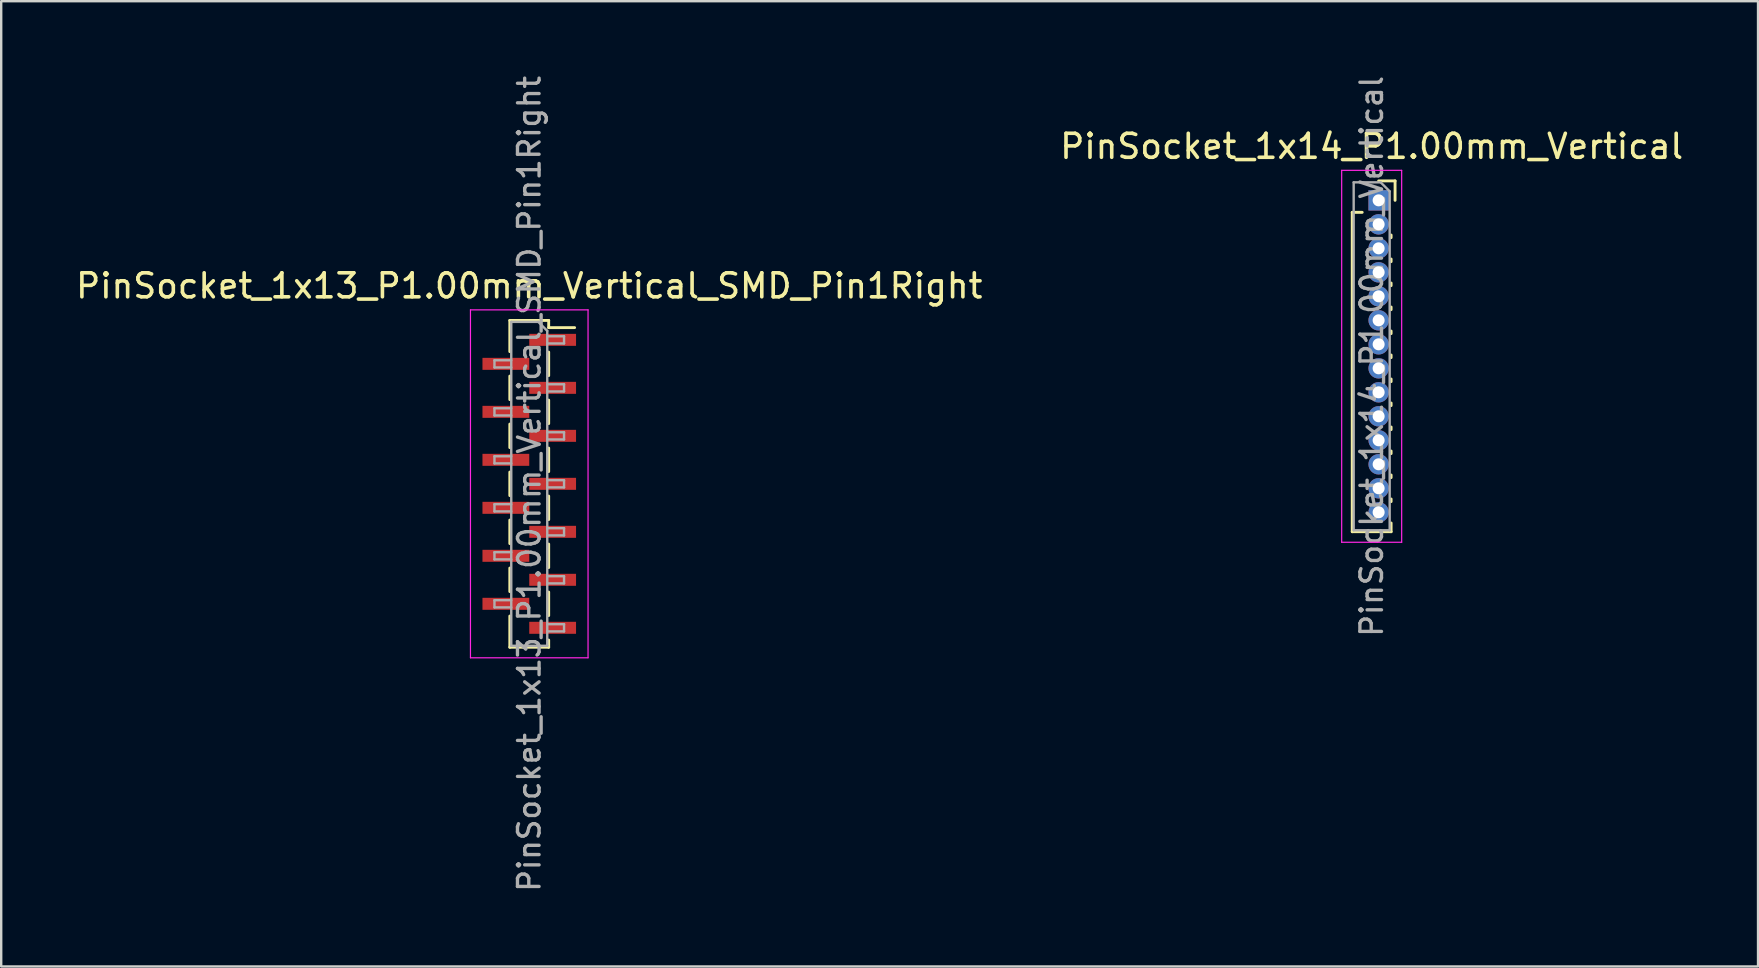
<source format=kicad_pcb>
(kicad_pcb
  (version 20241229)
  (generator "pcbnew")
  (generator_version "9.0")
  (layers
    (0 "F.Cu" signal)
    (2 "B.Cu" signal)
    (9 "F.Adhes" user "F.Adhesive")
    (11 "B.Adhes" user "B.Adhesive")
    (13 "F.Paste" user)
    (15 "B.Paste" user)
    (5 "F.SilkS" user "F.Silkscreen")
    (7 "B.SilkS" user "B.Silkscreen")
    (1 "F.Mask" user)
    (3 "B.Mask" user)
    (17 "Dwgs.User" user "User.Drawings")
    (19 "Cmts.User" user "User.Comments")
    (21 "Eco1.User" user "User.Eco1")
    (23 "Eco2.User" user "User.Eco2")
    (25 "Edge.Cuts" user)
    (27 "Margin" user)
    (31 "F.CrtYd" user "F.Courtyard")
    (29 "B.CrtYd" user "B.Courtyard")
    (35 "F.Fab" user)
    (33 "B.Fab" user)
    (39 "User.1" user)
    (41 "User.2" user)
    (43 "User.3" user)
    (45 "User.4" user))
  (footprint "PinSocket_1x14_P1.00mm_Vertical"
    (layer "F.Cu")
    (at 54.403 5.299)
    (property "Reference" "PinSocket_1x14_P1.00mm_Vertical" (at -0.29 -2.25 0) (layer "F.SilkS") (effects (font (size 1 1) (thickness 0.15))))
    (attr through_hole)
    (fp_line (start -1.1 0.5) (end -1.1 13.81) (stroke (width 0.12) (type solid)) (layer "F.SilkS"))
    (fp_line (start -1.1 0.5) (end -0.685 0.5) (stroke (width 0.12) (type solid)) (layer "F.SilkS"))
    (fp_line (start -1.1 13.81) (end 0.52 13.81) (stroke (width 0.12) (type solid)) (layer "F.SilkS"))
    (fp_line (start 0 -0.81) (end 0.685 -0.81) (stroke (width 0.12) (type solid)) (layer "F.SilkS"))
    (fp_line (start 0.52 1.446) (end 0.52 1.554) (stroke (width 0.12) (type solid)) (layer "F.SilkS"))
    (fp_line (start 0.52 2.446) (end 0.52 2.554) (stroke (width 0.12) (type solid)) (layer "F.SilkS"))
    (fp_line (start 0.52 3.446) (end 0.52 3.554) (stroke (width 0.12) (type solid)) (layer "F.SilkS"))
    (fp_line (start 0.52 4.446) (end 0.52 4.554) (stroke (width 0.12) (type solid)) (layer "F.SilkS"))
    (fp_line (start 0.52 5.446) (end 0.52 5.554) (stroke (width 0.12) (type solid)) (layer "F.SilkS"))
    (fp_line (start 0.52 6.446) (end 0.52 6.554) (stroke (width 0.12) (type solid)) (layer "F.SilkS"))
    (fp_line (start 0.52 7.446) (end 0.52 7.554) (stroke (width 0.12) (type solid)) (layer "F.SilkS"))
    (fp_line (start 0.52 8.446) (end 0.52 8.554) (stroke (width 0.12) (type solid)) (layer "F.SilkS"))
    (fp_line (start 0.52 9.446) (end 0.52 9.554) (stroke (width 0.12) (type solid)) (layer "F.SilkS"))
    (fp_line (start 0.52 10.446) (end 0.52 10.554) (stroke (width 0.12) (type solid)) (layer "F.SilkS"))
    (fp_line (start 0.52 11.446) (end 0.52 11.554) (stroke (width 0.12) (type solid)) (layer "F.SilkS"))
    (fp_line (start 0.52 12.446) (end 0.52 12.554) (stroke (width 0.12) (type solid)) (layer "F.SilkS"))
    (fp_line (start 0.52 13.446) (end 0.52 13.81) (stroke (width 0.12) (type solid)) (layer "F.SilkS"))
    (fp_line (start 0.685 -0.81) (end 0.685 0) (stroke (width 0.12) (type solid)) (layer "F.SilkS"))
    (fp_line (start -1.54 -1.25) (end 0.96 -1.25) (stroke (width 0.05) (type solid)) (layer "F.CrtYd"))
    (fp_line (start -1.54 14.25) (end -1.54 -1.25) (stroke (width 0.05) (type solid)) (layer "F.CrtYd"))
    (fp_line (start 0.96 -1.25) (end 0.96 14.25) (stroke (width 0.05) (type solid)) (layer "F.CrtYd"))
    (fp_line (start 0.96 14.25) (end -1.54 14.25) (stroke (width 0.05) (type solid)) (layer "F.CrtYd"))
    (fp_line (start -1.04 -0.75) (end 0.085 -0.75) (stroke (width 0.1) (type solid)) (layer "F.Fab"))
    (fp_line (start -1.04 13.75) (end -1.04 -0.75) (stroke (width 0.1) (type solid)) (layer "F.Fab"))
    (fp_line (start 0.085 -0.75) (end 0.46 -0.375) (stroke (width 0.1) (type solid)) (layer "F.Fab"))
    (fp_line (start 0.46 -0.375) (end 0.46 13.75) (stroke (width 0.1) (type solid)) (layer "F.Fab"))
    (fp_line (start 0.46 13.75) (end -1.04 13.75) (stroke (width 0.1) (type solid)) (layer "F.Fab"))
    (fp_text user "${REFERENCE}" (at -0.29 6.5 90) (layer "F.Fab") (effects (font (size 0.9 0.9) (thickness 0.14))))
    (pad "1" thru_hole rect (at 0 0) (size 0.85 0.85) (drill 0.5) (layers "*.Cu" "*.Mask"))
    (pad "2" thru_hole oval (at 0 1) (size 0.85 0.85) (drill 0.5) (layers "*.Cu" "*.Mask"))
    (pad "3" thru_hole oval (at 0 2) (size 0.85 0.85) (drill 0.5) (layers "*.Cu" "*.Mask"))
    (pad "4" thru_hole oval (at 0 3) (size 0.85 0.85) (drill 0.5) (layers "*.Cu" "*.Mask"))
    (pad "5" thru_hole oval (at 0 4) (size 0.85 0.85) (drill 0.5) (layers "*.Cu" "*.Mask"))
    (pad "6" thru_hole oval (at 0 5) (size 0.85 0.85) (drill 0.5) (layers "*.Cu" "*.Mask"))
    (pad "7" thru_hole oval (at 0 6) (size 0.85 0.85) (drill 0.5) (layers "*.Cu" "*.Mask"))
    (pad "8" thru_hole oval (at 0 7) (size 0.85 0.85) (drill 0.5) (layers "*.Cu" "*.Mask"))
    (pad "9" thru_hole oval (at 0 8) (size 0.85 0.85) (drill 0.5) (layers "*.Cu" "*.Mask"))
    (pad "10" thru_hole oval (at 0 9) (size 0.85 0.85) (drill 0.5) (layers "*.Cu" "*.Mask"))
    (pad "11" thru_hole oval (at 0 10) (size 0.85 0.85) (drill 0.5) (layers "*.Cu" "*.Mask"))
    (pad "12" thru_hole oval (at 0 11) (size 0.85 0.85) (drill 0.5) (layers "*.Cu" "*.Mask"))
    (pad "13" thru_hole oval (at 0 12) (size 0.85 0.85) (drill 0.5) (layers "*.Cu" "*.Mask"))
    (pad "14" thru_hole oval (at 0 13) (size 0.85 0.85) (drill 0.5) (layers "*.Cu" "*.Mask")))
  (footprint "PinSocket_1x13_P1.00mm_Vertical_SMD_Pin1Right"
    (layer "F.Cu")
    (at 19.006 17.113)
    (property "Reference" "PinSocket_1x13_P1.00mm_Vertical_SMD_Pin1Right" (at 0 -8.25 0) (layer "F.SilkS") (effects (font (size 1 1) (thickness 0.15))))
    (attr smd)
    (fp_line (start -0.81 -6.81) (end -0.81 -5.51) (stroke (width 0.12) (type solid)) (layer "F.SilkS"))
    (fp_line (start -0.81 -6.81) (end 0.81 -6.81) (stroke (width 0.12) (type solid)) (layer "F.SilkS"))
    (fp_line (start -0.81 -4.49) (end -0.81 -3.51) (stroke (width 0.12) (type solid)) (layer "F.SilkS"))
    (fp_line (start -0.81 -2.49) (end -0.81 -1.51) (stroke (width 0.12) (type solid)) (layer "F.SilkS"))
    (fp_line (start -0.81 -0.49) (end -0.81 0.49) (stroke (width 0.12) (type solid)) (layer "F.SilkS"))
    (fp_line (start -0.81 1.51) (end -0.81 2.49) (stroke (width 0.12) (type solid)) (layer "F.SilkS"))
    (fp_line (start -0.81 3.51) (end -0.81 4.49) (stroke (width 0.12) (type solid)) (layer "F.SilkS"))
    (fp_line (start -0.81 5.51) (end -0.81 6.81) (stroke (width 0.12) (type solid)) (layer "F.SilkS"))
    (fp_line (start -0.81 6.81) (end 0.81 6.81) (stroke (width 0.12) (type solid)) (layer "F.SilkS"))
    (fp_line (start 0.81 -6.81) (end 0.81 -6.51) (stroke (width 0.12) (type solid)) (layer "F.SilkS"))
    (fp_line (start 0.81 -6.51) (end 1.89 -6.51) (stroke (width 0.12) (type solid)) (layer "F.SilkS"))
    (fp_line (start 0.81 -5.49) (end 0.81 -4.51) (stroke (width 0.12) (type solid)) (layer "F.SilkS"))
    (fp_line (start 0.81 -3.49) (end 0.81 -2.51) (stroke (width 0.12) (type solid)) (layer "F.SilkS"))
    (fp_line (start 0.81 -1.49) (end 0.81 -0.51) (stroke (width 0.12) (type solid)) (layer "F.SilkS"))
    (fp_line (start 0.81 0.51) (end 0.81 1.49) (stroke (width 0.12) (type solid)) (layer "F.SilkS"))
    (fp_line (start 0.81 2.51) (end 0.81 3.49) (stroke (width 0.12) (type solid)) (layer "F.SilkS"))
    (fp_line (start 0.81 4.51) (end 0.81 5.49) (stroke (width 0.12) (type solid)) (layer "F.SilkS"))
    (fp_line (start 0.81 6.51) (end 0.81 6.81) (stroke (width 0.12) (type solid)) (layer "F.SilkS"))
    (fp_line (start -2.45 -7.25) (end 2.45 -7.25) (stroke (width 0.05) (type solid)) (layer "F.CrtYd"))
    (fp_line (start -2.45 7.25) (end -2.45 -7.25) (stroke (width 0.05) (type solid)) (layer "F.CrtYd"))
    (fp_line (start 2.45 -7.25) (end 2.45 7.25) (stroke (width 0.05) (type solid)) (layer "F.CrtYd"))
    (fp_line (start 2.45 7.25) (end -2.45 7.25) (stroke (width 0.05) (type solid)) (layer "F.CrtYd"))
    (fp_line (start -1.45 -5.15) (end -0.75 -5.15) (stroke (width 0.1) (type solid)) (layer "F.Fab"))
    (fp_line (start -1.45 -4.85) (end -1.45 -5.15) (stroke (width 0.1) (type solid)) (layer "F.Fab"))
    (fp_line (start -1.45 -3.15) (end -0.75 -3.15) (stroke (width 0.1) (type solid)) (layer "F.Fab"))
    (fp_line (start -1.45 -2.85) (end -1.45 -3.15) (stroke (width 0.1) (type solid)) (layer "F.Fab"))
    (fp_line (start -1.45 -1.15) (end -0.75 -1.15) (stroke (width 0.1) (type solid)) (layer "F.Fab"))
    (fp_line (start -1.45 -0.85) (end -1.45 -1.15) (stroke (width 0.1) (type solid)) (layer "F.Fab"))
    (fp_line (start -1.45 0.85) (end -0.75 0.85) (stroke (width 0.1) (type solid)) (layer "F.Fab"))
    (fp_line (start -1.45 1.15) (end -1.45 0.85) (stroke (width 0.1) (type solid)) (layer "F.Fab"))
    (fp_line (start -1.45 2.85) (end -0.75 2.85) (stroke (width 0.1) (type solid)) (layer "F.Fab"))
    (fp_line (start -1.45 3.15) (end -1.45 2.85) (stroke (width 0.1) (type solid)) (layer "F.Fab"))
    (fp_line (start -1.45 4.85) (end -0.75 4.85) (stroke (width 0.1) (type solid)) (layer "F.Fab"))
    (fp_line (start -1.45 5.15) (end -1.45 4.85) (stroke (width 0.1) (type solid)) (layer "F.Fab"))
    (fp_line (start -0.75 -6.75) (end 0.375 -6.75) (stroke (width 0.1) (type solid)) (layer "F.Fab"))
    (fp_line (start -0.75 -4.85) (end -1.45 -4.85) (stroke (width 0.1) (type solid)) (layer "F.Fab"))
    (fp_line (start -0.75 -2.85) (end -1.45 -2.85) (stroke (width 0.1) (type solid)) (layer "F.Fab"))
    (fp_line (start -0.75 -0.85) (end -1.45 -0.85) (stroke (width 0.1) (type solid)) (layer "F.Fab"))
    (fp_line (start -0.75 1.15) (end -1.45 1.15) (stroke (width 0.1) (type solid)) (layer "F.Fab"))
    (fp_line (start -0.75 3.15) (end -1.45 3.15) (stroke (width 0.1) (type solid)) (layer "F.Fab"))
    (fp_line (start -0.75 5.15) (end -1.45 5.15) (stroke (width 0.1) (type solid)) (layer "F.Fab"))
    (fp_line (start -0.75 6.75) (end -0.75 -6.75) (stroke (width 0.1) (type solid)) (layer "F.Fab"))
    (fp_line (start 0.375 -6.75) (end 0.75 -6.375) (stroke (width 0.1) (type solid)) (layer "F.Fab"))
    (fp_line (start 0.75 -6.375) (end 0.75 6.75) (stroke (width 0.1) (type solid)) (layer "F.Fab"))
    (fp_line (start 0.75 -6.15) (end 1.45 -6.15) (stroke (width 0.1) (type solid)) (layer "F.Fab"))
    (fp_line (start 0.75 -4.15) (end 1.45 -4.15) (stroke (width 0.1) (type solid)) (layer "F.Fab"))
    (fp_line (start 0.75 -2.15) (end 1.45 -2.15) (stroke (width 0.1) (type solid)) (layer "F.Fab"))
    (fp_line (start 0.75 -0.15) (end 1.45 -0.15) (stroke (width 0.1) (type solid)) (layer "F.Fab"))
    (fp_line (start 0.75 1.85) (end 1.45 1.85) (stroke (width 0.1) (type solid)) (layer "F.Fab"))
    (fp_line (start 0.75 3.85) (end 1.45 3.85) (stroke (width 0.1) (type solid)) (layer "F.Fab"))
    (fp_line (start 0.75 5.85) (end 1.45 5.85) (stroke (width 0.1) (type solid)) (layer "F.Fab"))
    (fp_line (start 0.75 6.75) (end -0.75 6.75) (stroke (width 0.1) (type solid)) (layer "F.Fab"))
    (fp_line (start 1.45 -6.15) (end 1.45 -5.85) (stroke (width 0.1) (type solid)) (layer "F.Fab"))
    (fp_line (start 1.45 -5.85) (end 0.75 -5.85) (stroke (width 0.1) (type solid)) (layer "F.Fab"))
    (fp_line (start 1.45 -4.15) (end 1.45 -3.85) (stroke (width 0.1) (type solid)) (layer "F.Fab"))
    (fp_line (start 1.45 -3.85) (end 0.75 -3.85) (stroke (width 0.1) (type solid)) (layer "F.Fab"))
    (fp_line (start 1.45 -2.15) (end 1.45 -1.85) (stroke (width 0.1) (type solid)) (layer "F.Fab"))
    (fp_line (start 1.45 -1.85) (end 0.75 -1.85) (stroke (width 0.1) (type solid)) (layer "F.Fab"))
    (fp_line (start 1.45 -0.15) (end 1.45 0.15) (stroke (width 0.1) (type solid)) (layer "F.Fab"))
    (fp_line (start 1.45 0.15) (end 0.75 0.15) (stroke (width 0.1) (type solid)) (layer "F.Fab"))
    (fp_line (start 1.45 1.85) (end 1.45 2.15) (stroke (width 0.1) (type solid)) (layer "F.Fab"))
    (fp_line (start 1.45 2.15) (end 0.75 2.15) (stroke (width 0.1) (type solid)) (layer "F.Fab"))
    (fp_line (start 1.45 3.85) (end 1.45 4.15) (stroke (width 0.1) (type solid)) (layer "F.Fab"))
    (fp_line (start 1.45 4.15) (end 0.75 4.15) (stroke (width 0.1) (type solid)) (layer "F.Fab"))
    (fp_line (start 1.45 5.85) (end 1.45 6.15) (stroke (width 0.1) (type solid)) (layer "F.Fab"))
    (fp_line (start 1.45 6.15) (end 0.75 6.15) (stroke (width 0.1) (type solid)) (layer "F.Fab"))
    (fp_text user "${REFERENCE}" (at 0 0 90) (layer "F.Fab") (effects (font (size 0.9 0.9) (thickness 0.14))))
    (pad "1" smd rect (at 0.975 -6) (size 1.95 0.5) (layers "F.Cu" "F.Mask" "F.Paste"))
    (pad "2" smd rect (at -0.975 -5) (size 1.95 0.5) (layers "F.Cu" "F.Mask" "F.Paste"))
    (pad "3" smd rect (at 0.975 -4) (size 1.95 0.5) (layers "F.Cu" "F.Mask" "F.Paste"))
    (pad "4" smd rect (at -0.975 -3) (size 1.95 0.5) (layers "F.Cu" "F.Mask" "F.Paste"))
    (pad "5" smd rect (at 0.975 -2) (size 1.95 0.5) (layers "F.Cu" "F.Mask" "F.Paste"))
    (pad "6" smd rect (at -0.975 -1) (size 1.95 0.5) (layers "F.Cu" "F.Mask" "F.Paste"))
    (pad "7" smd rect (at 0.975 0) (size 1.95 0.5) (layers "F.Cu" "F.Mask" "F.Paste"))
    (pad "8" smd rect (at -0.975 1) (size 1.95 0.5) (layers "F.Cu" "F.Mask" "F.Paste"))
    (pad "9" smd rect (at 0.975 2) (size 1.95 0.5) (layers "F.Cu" "F.Mask" "F.Paste"))
    (pad "10" smd rect (at -0.975 3) (size 1.95 0.5) (layers "F.Cu" "F.Mask" "F.Paste"))
    (pad "11" smd rect (at 0.975 4) (size 1.95 0.5) (layers "F.Cu" "F.Mask" "F.Paste"))
    (pad "12" smd rect (at -0.975 5) (size 1.95 0.5) (layers "F.Cu" "F.Mask" "F.Paste"))
    (pad "13" smd rect (at 0.975 6) (size 1.95 0.5) (layers "F.Cu" "F.Mask" "F.Paste")))
  (gr_rect
    (start -3 -3)
    (end 70.214 37.226)
    (stroke (width 0.1) (type default))
    (fill no)
    (layer "Edge.Cuts")))
</source>
